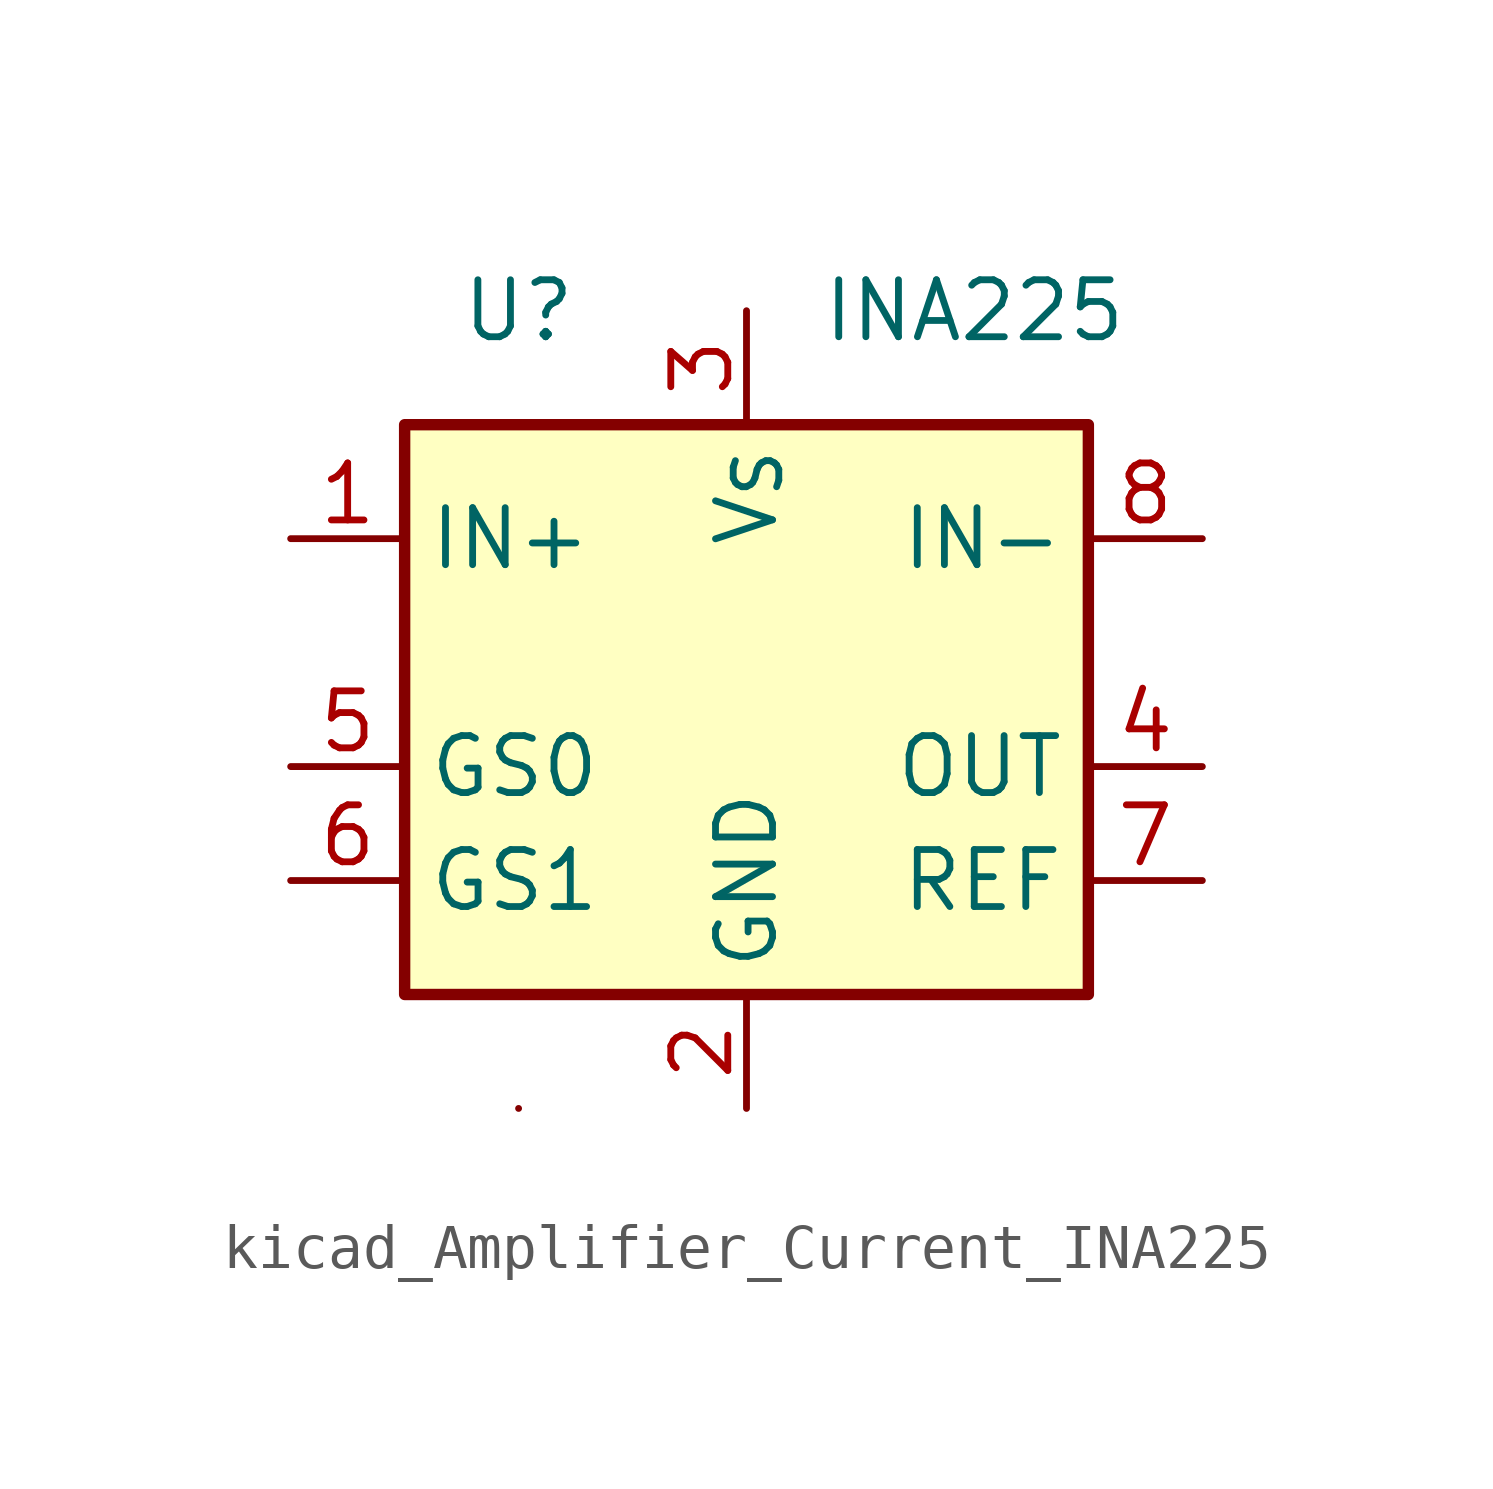
<source format=kicad_sym>
(kicad_symbol_lib
  (version 20220914)
  (generator kicad_symbol_editor)
  (symbol "kicad_Amplifier_Current_INA225"
    (property "Reference" "U"
      (at -5.08 7.62 0)
      (effects (font (size 1.27 1.27))))
    (property "Value" "INA225"
      (at 5.08 7.62 0)
      (effects (font (size 1.27 1.27))))
    (symbol "kicad_Amplifier_Current_INA225_0_0"
      (text "" (at -10.16 -5.08 0) (effects (font (size 1.27 1.27)))))
    (symbol "kicad_Amplifier_Current_INA225_0_1"
      (rectangle (start -7.62 5.08) (end 7.62 -7.62) (stroke (width 0.254) (type default)) (fill (type background)))
      (rectangle (start -5.08 -10.16) (end -5.08 -10.16) (stroke (width 0) (type default)) (fill (type none))))
    (symbol "kicad_Amplifier_Current_INA225_1_1"
      (pin passive line (at -10.16 2.54 0) (length 2.54) (name "IN+" (effects (font (size 1.27 1.27)))) (number "1" (effects (font (size 1.27 1.27)))))
      (pin power_in line (at 0 -10.16 90) (length 2.54) (name "GND" (effects (font (size 1.27 1.27)))) (number "2" (effects (font (size 1.27 1.27)))))
      (pin power_in line (at 0 7.62 270) (length 2.54) (name "V_{S}" (effects (font (size 1.27 1.27)))) (number "3" (effects (font (size 1.27 1.27)))))
      (pin output line (at 10.16 -2.54 180) (length 2.54) (name "OUT" (effects (font (size 1.27 1.27)))) (number "4" (effects (font (size 1.27 1.27)))))
      (pin input line (at -10.16 -2.54 0) (length 2.54) (name "GS0" (effects (font (size 1.27 1.27)))) (number "5" (effects (font (size 1.27 1.27)))))
      (pin input line (at -10.16 -5.08 0) (length 2.54) (name "GS1" (effects (font (size 1.27 1.27)))) (number "6" (effects (font (size 1.27 1.27)))))
      (pin passive line (at 10.16 -5.08 180) (length 2.54) (name "REF" (effects (font (size 1.27 1.27)))) (number "7" (effects (font (size 1.27 1.27)))))
      (pin passive line (at 10.16 2.54 180) (length 2.54) (name "IN-" (effects (font (size 1.27 1.27)))) (number "8" (effects (font (size 1.27 1.27))))))))
</source>
